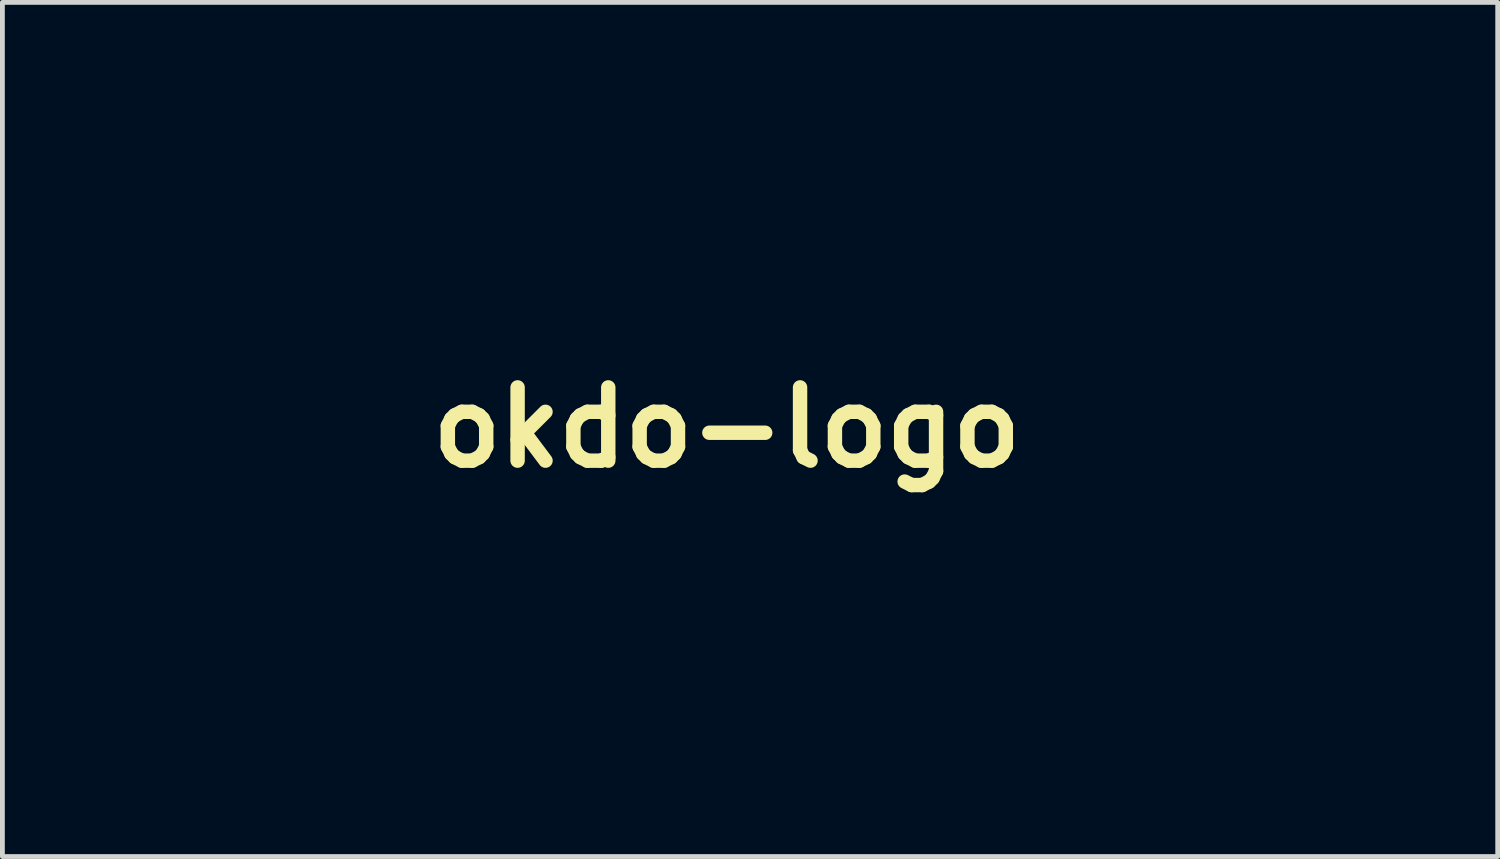
<source format=kicad_pcb>
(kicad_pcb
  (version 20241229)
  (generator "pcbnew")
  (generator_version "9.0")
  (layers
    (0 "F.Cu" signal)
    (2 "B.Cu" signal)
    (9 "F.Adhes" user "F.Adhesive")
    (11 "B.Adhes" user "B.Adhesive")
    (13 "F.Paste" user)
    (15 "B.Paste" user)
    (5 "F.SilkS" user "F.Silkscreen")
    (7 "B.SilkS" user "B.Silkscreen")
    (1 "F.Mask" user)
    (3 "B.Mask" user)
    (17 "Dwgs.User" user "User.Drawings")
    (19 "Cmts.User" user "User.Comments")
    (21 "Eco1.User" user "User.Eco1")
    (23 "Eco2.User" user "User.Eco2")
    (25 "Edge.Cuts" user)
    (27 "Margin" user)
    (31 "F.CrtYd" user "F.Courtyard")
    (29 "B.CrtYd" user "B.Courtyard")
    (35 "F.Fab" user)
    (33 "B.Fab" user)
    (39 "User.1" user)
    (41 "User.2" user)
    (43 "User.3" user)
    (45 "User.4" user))
  (footprint "okdo-logo"
    (layer "F.Cu")
    (at 12.076 5.847)
    (property "Reference" "okdo-logo" (at 0 0 0) (layer "F.SilkS") (effects (font (size 1.524 1.524) (thickness 0.3))))
    (attr through_hole)
    (fp_poly (pts (xy -5.437 4.974) (xy -5.449 5.376) (xy -5.466 5.638) (xy -5.493 5.791) (xy -5.538 5.865) (xy -5.608 5.891) (xy -5.652 5.894) (xy -5.735 5.891) (xy -5.79 5.854) (xy -5.822 5.752) (xy -5.837 5.557) (xy -5.842 5.239) (xy -5.842 4.984) (xy -5.842 4.064) (xy -5.413 4.064) (xy -5.437 4.974)) (stroke (width 0.01) (type solid)) (fill no) (layer "Eco2.User"))
    (fp_poly (pts (xy 7.154 4.113) (xy 7.184 4.228) (xy 7.195 4.45) (xy 7.197 4.778) (xy 7.199 5.128) (xy 7.211 5.342) (xy 7.243 5.454) (xy 7.305 5.497) (xy 7.407 5.503) (xy 7.411 5.503) (xy 7.581 5.552) (xy 7.692 5.664) (xy 7.697 5.787) (xy 7.677 5.813) (xy 7.549 5.863) (xy 7.333 5.887) (xy 7.094 5.886) (xy 6.897 5.858) (xy 6.807 5.809) (xy 6.792 5.681) (xy 6.785 5.429) (xy 6.787 5.094) (xy 6.791 4.904) (xy 6.805 4.532) (xy 6.825 4.296) (xy 6.859 4.164) (xy 6.916 4.103) (xy 7.005 4.079) (xy 7.006 4.079) (xy 7.098 4.074) (xy 7.154 4.113)) (stroke (width 0.01) (type solid)) (fill no) (layer "Eco2.User"))
    (fp_poly (pts (xy 12.994 -3.764) (xy 13.034 -3.582) (xy 13.039 -3.44) (xy 13.039 -3.071) (xy 12.615 -3.071) (xy 12.365 -3.076) (xy 12.24 -3.111) (xy 12.197 -3.198) (xy 12.192 -3.313) (xy 12.166 -3.487) (xy 12.107 -3.556) (xy 12.048 -3.482) (xy 12.023 -3.305) (xy 12.023 -3.302) (xy 11.985 -3.1) (xy 11.896 -3.048) (xy 11.795 -3.123) (xy 11.769 -3.295) (xy 11.736 -3.484) (xy 11.663 -3.58) (xy 11.588 -3.638) (xy 11.666 -3.696) (xy 11.878 -3.744) (xy 12.011 -3.76) (xy 12.328 -3.751) (xy 12.49 -3.669) (xy 12.604 -3.588) (xy 12.71 -3.64) (xy 12.748 -3.677) (xy 12.901 -3.794) (xy 12.994 -3.764)) (stroke (width 0.01) (type solid)) (fill no) (layer "Eco2.User"))
    (fp_poly (pts (xy -0.635 -3.757) (xy -0.593 -3.728) (xy -0.638 -3.645) (xy -0.765 -3.443) (xy -0.959 -3.143) (xy -1.207 -2.767) (xy -1.495 -2.335) (xy -1.613 -2.16) (xy -2.633 -0.645) (xy -1.613 0.857) (xy -1.312 1.302) (xy -1.047 1.699) (xy -0.83 2.027) (xy -0.676 2.266) (xy -0.599 2.393) (xy -0.593 2.407) (xy -0.672 2.424) (xy -0.893 2.437) (xy -1.224 2.447) (xy -1.638 2.452) (xy -1.884 2.452) (xy -3.175 2.449) (xy -4.221 0.897) (xy -5.267 -0.655) (xy -3.182 -3.725) (xy -2.078 -3.732) (xy -1.646 -3.737) (xy -1.262 -3.743) (xy -0.965 -3.751) (xy -0.793 -3.76) (xy -0.783 -3.761) (xy -0.635 -3.757)) (stroke (width 0.01) (type solid)) (fill no) (layer "Eco2.User"))
    (fp_poly (pts (xy -6.249 4.091) (xy -6.183 4.19) (xy -6.181 4.233) (xy -6.241 4.375) (xy -6.345 4.403) (xy -6.525 4.445) (xy -6.562 4.56) (xy -6.457 4.728) (xy -6.349 4.827) (xy -6.144 5.072) (xy -6.061 5.346) (xy -6.107 5.603) (xy -6.189 5.717) (xy -6.375 5.823) (xy -6.63 5.888) (xy -6.862 5.891) (xy -6.921 5.874) (xy -7.01 5.761) (xy -7.027 5.666) (xy -6.983 5.545) (xy -6.824 5.504) (xy -6.778 5.503) (xy -6.564 5.479) (xy -6.495 5.395) (xy -6.567 5.241) (xy -6.733 5.053) (xy -6.906 4.842) (xy -7.012 4.648) (xy -7.027 4.576) (xy -6.952 4.349) (xy -6.759 4.165) (xy -6.504 4.069) (xy -6.435 4.064) (xy -6.249 4.091)) (stroke (width 0.01) (type solid)) (fill no) (layer "Eco2.User"))
    (fp_poly (pts (xy -1.183 4.068) (xy -1.017 4.087) (xy -0.949 4.135) (xy -0.943 4.225) (xy -0.947 4.255) (xy -1.02 4.404) (xy -1.118 4.421) (xy -1.189 4.429) (xy -1.235 4.503) (xy -1.264 4.672) (xy -1.282 4.968) (xy -1.288 5.141) (xy -1.303 5.498) (xy -1.324 5.72) (xy -1.363 5.841) (xy -1.427 5.894) (xy -1.499 5.911) (xy -1.589 5.914) (xy -1.646 5.873) (xy -1.679 5.754) (xy -1.698 5.527) (xy -1.711 5.191) (xy -1.729 4.821) (xy -1.757 4.593) (xy -1.8 4.476) (xy -1.863 4.445) (xy -1.972 4.373) (xy -2.017 4.255) (xy -2.02 4.153) (xy -1.971 4.096) (xy -1.832 4.071) (xy -1.569 4.064) (xy -1.482 4.064) (xy -1.183 4.068)) (stroke (width 0.01) (type solid)) (fill no) (layer "Eco2.User"))
    (fp_poly (pts (xy -7.366 4.073) (xy -7.239 4.111) (xy -7.198 4.194) (xy -7.197 4.233) (xy -7.246 4.366) (xy -7.408 4.403) (xy -7.572 4.459) (xy -7.625 4.584) (xy -7.559 4.712) (xy -7.451 4.766) (xy -7.318 4.853) (xy -7.287 4.976) (xy -7.363 5.067) (xy -7.437 5.08) (xy -7.616 5.116) (xy -7.661 5.243) (xy -7.643 5.339) (xy -7.53 5.477) (xy -7.398 5.503) (xy -7.238 5.547) (xy -7.197 5.673) (xy -7.231 5.79) (xy -7.363 5.837) (xy -7.486 5.842) (xy -7.726 5.857) (xy -7.905 5.892) (xy -7.909 5.893) (xy -7.968 5.897) (xy -8.007 5.838) (xy -8.03 5.688) (xy -8.041 5.423) (xy -8.043 5.015) (xy -8.043 4.064) (xy -7.62 4.064) (xy -7.366 4.073)) (stroke (width 0.01) (type solid)) (fill no) (layer "Eco2.User"))
    (fp_poly (pts (xy 8.566 4.135) (xy 8.838 4.332) (xy 9.002 4.632) (xy 9.044 5.01) (xy 8.985 5.333) (xy 8.85 5.608) (xy 8.615 5.784) (xy 8.601 5.79) (xy 8.295 5.901) (xy 8.052 5.921) (xy 7.93 5.87) (xy 7.907 5.767) (xy 7.888 5.532) (xy 7.877 5.206) (xy 7.875 5.006) (xy 8.297 5.006) (xy 8.302 5.316) (xy 8.319 5.484) (xy 8.357 5.538) (xy 8.421 5.506) (xy 8.422 5.505) (xy 8.526 5.351) (xy 8.597 5.134) (xy 8.606 4.894) (xy 8.562 4.654) (xy 8.48 4.471) (xy 8.384 4.403) (xy 8.338 4.482) (xy 8.308 4.698) (xy 8.297 5.006) (xy 7.875 5.006) (xy 7.874 4.939) (xy 7.874 4.064) (xy 8.201 4.064) (xy 8.566 4.135)) (stroke (width 0.01) (type solid)) (fill no) (layer "Eco2.User"))
    (fp_poly (pts (xy 1.355 4.073) (xy 1.481 4.111) (xy 1.522 4.194) (xy 1.524 4.233) (xy 1.474 4.366) (xy 1.312 4.403) (xy 1.146 4.457) (xy 1.091 4.578) (xy 1.153 4.7) (xy 1.29 4.757) (xy 1.457 4.828) (xy 1.515 4.943) (xy 1.457 5.045) (xy 1.319 5.08) (xy 1.154 5.113) (xy 1.102 5.243) (xy 1.101 5.292) (xy 1.134 5.451) (xy 1.269 5.502) (xy 1.318 5.503) (xy 1.477 5.531) (xy 1.514 5.642) (xy 1.509 5.686) (xy 1.461 5.806) (xy 1.332 5.865) (xy 1.124 5.885) (xy 0.893 5.886) (xy 0.743 5.868) (xy 0.721 5.858) (xy 0.703 5.76) (xy 0.688 5.53) (xy 0.679 5.207) (xy 0.677 4.939) (xy 0.677 4.064) (xy 1.101 4.064) (xy 1.355 4.073)) (stroke (width 0.01) (type solid)) (fill no) (layer "Eco2.User"))
    (fp_poly (pts (xy -9.036 4.112) (xy -8.695 4.153) (xy -8.48 4.283) (xy -8.359 4.526) (xy -8.327 4.679) (xy -8.307 5.14) (xy -8.413 5.499) (xy -8.639 5.747) (xy -8.662 5.761) (xy -8.903 5.869) (xy -9.152 5.923) (xy -9.349 5.913) (xy -9.427 5.863) (xy -9.442 5.756) (xy -9.452 5.52) (xy -9.455 5.193) (xy -9.453 4.953) (xy -9.453 4.924) (xy -9.058 4.924) (xy -9.055 5.188) (xy -9.037 5.408) (xy -9.002 5.532) (xy -8.998 5.536) (xy -8.909 5.54) (xy -8.817 5.422) (xy -8.746 5.226) (xy -8.721 5.016) (xy -8.753 4.742) (xy -8.834 4.523) (xy -8.945 4.409) (xy -8.978 4.403) (xy -9.018 4.478) (xy -9.045 4.67) (xy -9.058 4.924) (xy -9.453 4.924) (xy -9.44 4.106) (xy -9.036 4.112)) (stroke (width 0.01) (type solid)) (fill no) (layer "Eco2.User"))
    (fp_poly (pts (xy 4.909 4.125) (xy 5.021 4.214) (xy 5.155 4.458) (xy 5.215 4.775) (xy 5.207 5.12) (xy 5.137 5.447) (xy 5.011 5.71) (xy 4.836 5.863) (xy 4.801 5.874) (xy 4.618 5.917) (xy 4.501 5.9) (xy 4.355 5.807) (xy 4.339 5.797) (xy 4.138 5.559) (xy 4.036 5.226) (xy 4.036 5.166) (xy 4.433 5.166) (xy 4.453 5.293) (xy 4.538 5.467) (xy 4.644 5.485) (xy 4.74 5.354) (xy 4.774 5.234) (xy 4.798 4.966) (xy 4.775 4.704) (xy 4.716 4.499) (xy 4.629 4.404) (xy 4.616 4.403) (xy 4.536 4.478) (xy 4.473 4.667) (xy 4.435 4.915) (xy 4.433 5.166) (xy 4.036 5.166) (xy 4.037 4.842) (xy 4.145 4.45) (xy 4.221 4.297) (xy 4.409 4.118) (xy 4.66 4.059) (xy 4.909 4.125)) (stroke (width 0.01) (type solid)) (fill no) (layer "Eco2.User"))
    (fp_poly (pts (xy -4.245 4.077) (xy -4.13 4.165) (xy -4.128 4.17) (xy -4.116 4.348) (xy -4.218 4.435) (xy -4.309 4.429) (xy -4.495 4.454) (xy -4.64 4.606) (xy -4.729 4.843) (xy -4.745 5.126) (xy -4.69 5.369) (xy -4.588 5.488) (xy -4.469 5.481) (xy -4.404 5.358) (xy -4.403 5.334) (xy -4.438 5.196) (xy -4.487 5.165) (xy -4.556 5.094) (xy -4.572 4.995) (xy -4.532 4.871) (xy -4.384 4.828) (xy -4.318 4.826) (xy -4.176 4.833) (xy -4.101 4.88) (xy -4.07 5.009) (xy -4.064 5.258) (xy -4.064 5.325) (xy -4.077 5.631) (xy -4.121 5.804) (xy -4.198 5.875) (xy -4.497 5.92) (xy -4.79 5.809) (xy -4.828 5.783) (xy -5.01 5.644) (xy -5.11 5.502) (xy -5.153 5.303) (xy -5.162 4.995) (xy -5.151 4.72) (xy -5.124 4.512) (xy -5.1 4.44) (xy -4.924 4.269) (xy -4.691 4.143) (xy -4.449 4.074) (xy -4.245 4.077)) (stroke (width 0.01) (type solid)) (fill no) (layer "Eco2.User"))
    (fp_poly (pts (xy -0.414 4.082) (xy -0.353 4.17) (xy -0.339 4.373) (xy -0.339 4.403) (xy -0.306 4.652) (xy -0.229 4.753) (xy -0.142 4.703) (xy -0.077 4.501) (xy -0.069 4.424) (xy -0.029 4.204) (xy 0.06 4.103) (xy 0.148 4.079) (xy 0.231 4.074) (xy 0.286 4.104) (xy 0.318 4.199) (xy 0.333 4.387) (xy 0.338 4.696) (xy 0.339 4.989) (xy 0.337 5.397) (xy 0.33 5.664) (xy 0.31 5.818) (xy 0.271 5.889) (xy 0.208 5.904) (xy 0.148 5.897) (xy 0.021 5.848) (xy -0.043 5.717) (xy -0.068 5.517) (xy -0.118 5.262) (xy -0.2 5.153) (xy -0.281 5.192) (xy -0.333 5.381) (xy -0.339 5.498) (xy -0.355 5.748) (xy -0.42 5.863) (xy -0.559 5.874) (xy -0.614 5.863) (xy -0.681 5.829) (xy -0.724 5.742) (xy -0.749 5.571) (xy -0.76 5.287) (xy -0.762 4.947) (xy -0.762 4.064) (xy -0.55 4.064) (xy -0.414 4.082)) (stroke (width 0.01) (type solid)) (fill no) (layer "Eco2.User"))
    (fp_poly (pts (xy 6.32 4.133) (xy 6.398 4.207) (xy 6.504 4.473) (xy 6.489 4.774) (xy 6.44 4.902) (xy 6.412 5.114) (xy 6.486 5.417) (xy 6.557 5.699) (xy 6.527 5.853) (xy 6.389 5.891) (xy 6.285 5.872) (xy 6.127 5.762) (xy 6.096 5.627) (xy 6.071 5.39) (xy 6.006 5.237) (xy 5.921 5.211) (xy 5.918 5.212) (xy 5.866 5.321) (xy 5.842 5.523) (xy 5.842 5.541) (xy 5.811 5.757) (xy 5.703 5.857) (xy 5.673 5.867) (xy 5.521 5.879) (xy 5.47 5.855) (xy 5.456 5.752) (xy 5.448 5.518) (xy 5.446 5.194) (xy 5.448 4.953) (xy 5.453 4.614) (xy 5.842 4.614) (xy 5.886 4.785) (xy 5.969 4.826) (xy 6.071 4.752) (xy 6.096 4.614) (xy 6.052 4.444) (xy 5.969 4.403) (xy 5.867 4.476) (xy 5.842 4.614) (xy 5.453 4.614) (xy 5.461 4.106) (xy 5.871 4.08) (xy 6.152 4.08) (xy 6.32 4.133)) (stroke (width 0.01) (type solid)) (fill no) (layer "Eco2.User"))
    (fp_poly (pts (xy -2.718 4.075) (xy -2.669 4.129) (xy -2.641 4.256) (xy -2.628 4.486) (xy -2.625 4.849) (xy -2.625 4.939) (xy -2.629 5.307) (xy -2.641 5.608) (xy -2.658 5.805) (xy -2.672 5.861) (xy -2.808 5.9) (xy -2.966 5.802) (xy -3.116 5.589) (xy -3.195 5.409) (xy -3.307 5.142) (xy -3.396 5.017) (xy -3.45 5.037) (xy -3.455 5.207) (xy -3.44 5.327) (xy -3.419 5.608) (xy -3.448 5.819) (xy -3.52 5.918) (xy -3.544 5.92) (xy -3.665 5.886) (xy -3.704 5.871) (xy -3.757 5.787) (xy -3.791 5.575) (xy -3.808 5.219) (xy -3.81 4.946) (xy -3.809 4.552) (xy -3.8 4.298) (xy -3.777 4.152) (xy -3.733 4.084) (xy -3.661 4.065) (xy -3.61 4.064) (xy -3.474 4.097) (xy -3.368 4.219) (xy -3.26 4.466) (xy -3.135 4.775) (xy -3.048 4.922) (xy -2.993 4.907) (xy -2.967 4.733) (xy -2.963 4.547) (xy -2.956 4.272) (xy -2.927 4.126) (xy -2.86 4.071) (xy -2.794 4.064) (xy -2.718 4.075)) (stroke (width 0.01) (type solid)) (fill no) (layer "Eco2.User"))
    (fp_poly (pts (xy -8.301 -3.932) (xy -8.001 -3.913) (xy -7.769 -3.871) (xy -7.557 -3.797) (xy -7.363 -3.707) (xy -6.693 -3.293) (xy -6.156 -2.78) (xy -5.76 -2.178) (xy -5.509 -1.496) (xy -5.41 -0.742) (xy -5.408 -0.633) (xy -5.486 0.091) (xy -5.71 0.755) (xy -6.059 1.344) (xy -6.517 1.844) (xy -7.064 2.241) (xy -7.684 2.521) (xy -8.357 2.669) (xy -9.065 2.671) (xy -9.525 2.59) (xy -10.214 2.336) (xy -10.82 1.943) (xy -11.327 1.431) (xy -11.718 0.816) (xy -11.977 0.117) (xy -12.028 -0.118) (xy -12.057 -0.578) (xy -10.131 -0.578) (xy -10.014 -0.145) (xy -9.745 0.273) (xy -9.724 0.298) (xy -9.364 0.595) (xy -8.953 0.734) (xy -8.507 0.711) (xy -8.125 0.572) (xy -7.732 0.308) (xy -7.489 -0.019) (xy -7.385 -0.432) (xy -7.383 -0.726) (xy -7.433 -1.109) (xy -7.538 -1.383) (xy -7.609 -1.488) (xy -7.951 -1.804) (xy -8.35 -1.983) (xy -8.774 -2.029) (xy -9.191 -1.949) (xy -9.57 -1.749) (xy -9.879 -1.435) (xy -10.086 -1.014) (xy -10.09 -1.002) (xy -10.131 -0.578) (xy -12.057 -0.578) (xy -12.071 -0.797) (xy -11.96 -1.474) (xy -11.709 -2.121) (xy -11.332 -2.713) (xy -10.845 -3.223) (xy -10.26 -3.626) (xy -10.094 -3.71) (xy -9.85 -3.816) (xy -9.627 -3.882) (xy -9.375 -3.919) (xy -9.043 -3.935) (xy -8.721 -3.937) (xy -8.301 -3.932)) (stroke (width 0.01) (type solid)) (fill no) (layer "Eco2.User"))
    (fp_poly (pts (xy 3.842 4.093) (xy 3.895 4.149) (xy 3.881 4.276) (xy 3.844 4.517) (xy 3.792 4.826) (xy 3.734 5.157) (xy 3.677 5.467) (xy 3.629 5.709) (xy 3.598 5.84) (xy 3.594 5.849) (xy 3.496 5.883) (xy 3.369 5.885) (xy 3.251 5.852) (xy 3.176 5.75) (xy 3.12 5.536) (xy 3.098 5.412) (xy 3.051 5.163) (xy 3.016 5.065) (xy 2.981 5.098) (xy 2.958 5.165) (xy 2.904 5.425) (xy 2.887 5.599) (xy 2.834 5.782) (xy 2.667 5.863) (xy 2.665 5.863) (xy 2.494 5.876) (xy 2.42 5.852) (xy 2.393 5.749) (xy 2.351 5.522) (xy 2.302 5.215) (xy 2.288 5.122) (xy 2.235 4.777) (xy 2.186 4.477) (xy 2.148 4.277) (xy 2.143 4.255) (xy 2.138 4.113) (xy 2.244 4.066) (xy 2.312 4.064) (xy 2.427 4.076) (xy 2.498 4.136) (xy 2.543 4.281) (xy 2.579 4.549) (xy 2.589 4.636) (xy 2.622 4.906) (xy 2.653 5.081) (xy 2.674 5.125) (xy 2.675 5.122) (xy 2.703 4.998) (xy 2.752 4.765) (xy 2.795 4.551) (xy 2.863 4.265) (xy 2.936 4.114) (xy 3.03 4.065) (xy 3.048 4.064) (xy 3.145 4.096) (xy 3.208 4.218) (xy 3.255 4.466) (xy 3.263 4.529) (xy 3.317 4.812) (xy 3.376 4.931) (xy 3.43 4.886) (xy 3.465 4.682) (xy 3.471 4.482) (xy 3.478 4.233) (xy 3.514 4.109) (xy 3.601 4.068) (xy 3.683 4.064) (xy 3.842 4.093)) (stroke (width 0.01) (type solid)) (fill no) (layer "Eco2.User"))
    (fp_poly (pts (xy 4.995 -4.352) (xy 4.99 -3.665) (xy 4.962 -3.129) (xy 4.898 -2.725) (xy 4.782 -2.435) (xy 4.598 -2.239) (xy 4.332 -2.12) (xy 3.969 -2.058) (xy 3.493 -2.035) (xy 3.1 -2.032) (xy 2.515 -2.021) (xy 2.068 -1.981) (xy 1.731 -1.905) (xy 1.476 -1.782) (xy 1.273 -1.605) (xy 1.14 -1.436) (xy 0.949 -1.023) (xy 0.905 -0.585) (xy 0.997 -0.157) (xy 1.216 0.226) (xy 1.55 0.528) (xy 1.767 0.642) (xy 2.214 0.754) (xy 2.641 0.703) (xy 3.054 0.486) (xy 3.459 0.103) (xy 3.49 0.066) (xy 3.667 -0.15) (xy 3.92 -0.468) (xy 4.046 -0.629) (xy 6.878 -0.629) (xy 6.937 -0.233) (xy 7.119 0.136) (xy 7.428 0.45) (xy 7.662 0.593) (xy 8.037 0.732) (xy 8.393 0.743) (xy 8.795 0.629) (xy 8.812 0.622) (xy 9.206 0.386) (xy 9.478 0.059) (xy 9.627 -0.326) (xy 9.651 -0.742) (xy 9.546 -1.157) (xy 9.313 -1.54) (xy 8.973 -1.847) (xy 8.759 -1.967) (xy 8.541 -2.018) (xy 8.241 -2.016) (xy 8.2 -2.014) (xy 7.739 -1.911) (xy 7.37 -1.693) (xy 7.1 -1.387) (xy 6.934 -1.023) (xy 6.878 -0.629) (xy 4.046 -0.629) (xy 4.224 -0.857) (xy 4.556 -1.284) (xy 4.82 -1.628) (xy 5.257 -2.19) (xy 5.618 -2.632) (xy 5.924 -2.975) (xy 6.194 -3.237) (xy 6.449 -3.439) (xy 6.709 -3.6) (xy 6.933 -3.713) (xy 7.183 -3.819) (xy 7.417 -3.886) (xy 7.686 -3.921) (xy 8.046 -3.935) (xy 8.255 -3.936) (xy 8.663 -3.932) (xy 8.957 -3.911) (xy 9.194 -3.863) (xy 9.43 -3.777) (xy 9.652 -3.676) (xy 10.279 -3.288) (xy 10.816 -2.773) (xy 11.232 -2.161) (xy 11.296 -2.032) (xy 11.419 -1.758) (xy 11.496 -1.526) (xy 11.537 -1.28) (xy 11.554 -0.965) (xy 11.557 -0.635) (xy 11.551 -0.219) (xy 11.528 0.083) (xy 11.478 0.323) (xy 11.392 0.558) (xy 11.329 0.699) (xy 10.939 1.336) (xy 10.426 1.872) (xy 9.813 2.288) (xy 9.122 2.568) (xy 8.765 2.649) (xy 8.141 2.682) (xy 7.5 2.586) (xy 6.88 2.375) (xy 6.325 2.065) (xy 5.875 1.67) (xy 5.788 1.565) (xy 5.61 1.336) (xy 5.455 1.136) (xy 5.418 1.087) (xy 5.34 1.001) (xy 5.267 0.996) (xy 5.166 1.092) (xy 5 1.306) (xy 4.998 1.309) (xy 4.512 1.829) (xy 3.932 2.236) (xy 3.288 2.519) (xy 2.609 2.669) (xy 1.926 2.673) (xy 1.461 2.584) (xy 1.134 2.478) (xy 0.816 2.352) (xy 0.699 2.297) (xy 0.343 2.059) (xy -0.033 1.714) (xy -0.385 1.31) (xy -0.666 0.896) (xy -0.726 0.786) (xy -0.836 0.555) (xy -0.908 0.353) (xy -0.95 0.133) (xy -0.969 -0.151) (xy -0.974 -0.549) (xy -0.974 -0.635) (xy -0.97 -1.063) (xy -0.953 -1.369) (xy -0.915 -1.601) (xy -0.848 -1.806) (xy -0.745 -2.033) (xy -0.744 -2.035) (xy -0.331 -2.698) (xy 0.186 -3.23) (xy 0.797 -3.625) (xy 1.492 -3.876) (xy 2.261 -3.977) (xy 2.386 -3.979) (xy 2.963 -3.979) (xy 2.963 -5.842) (xy 4.995 -5.842) (xy 4.995 -4.352)) (stroke (width 0.01) (type solid)) (fill no) (layer "Eco2.User")))
  (gr_rect
    (start -3 -3)
    (end 28.119 14.775)
    (stroke (width 0.1) (type default))
    (fill no)
    (layer "Edge.Cuts")))
</source>
